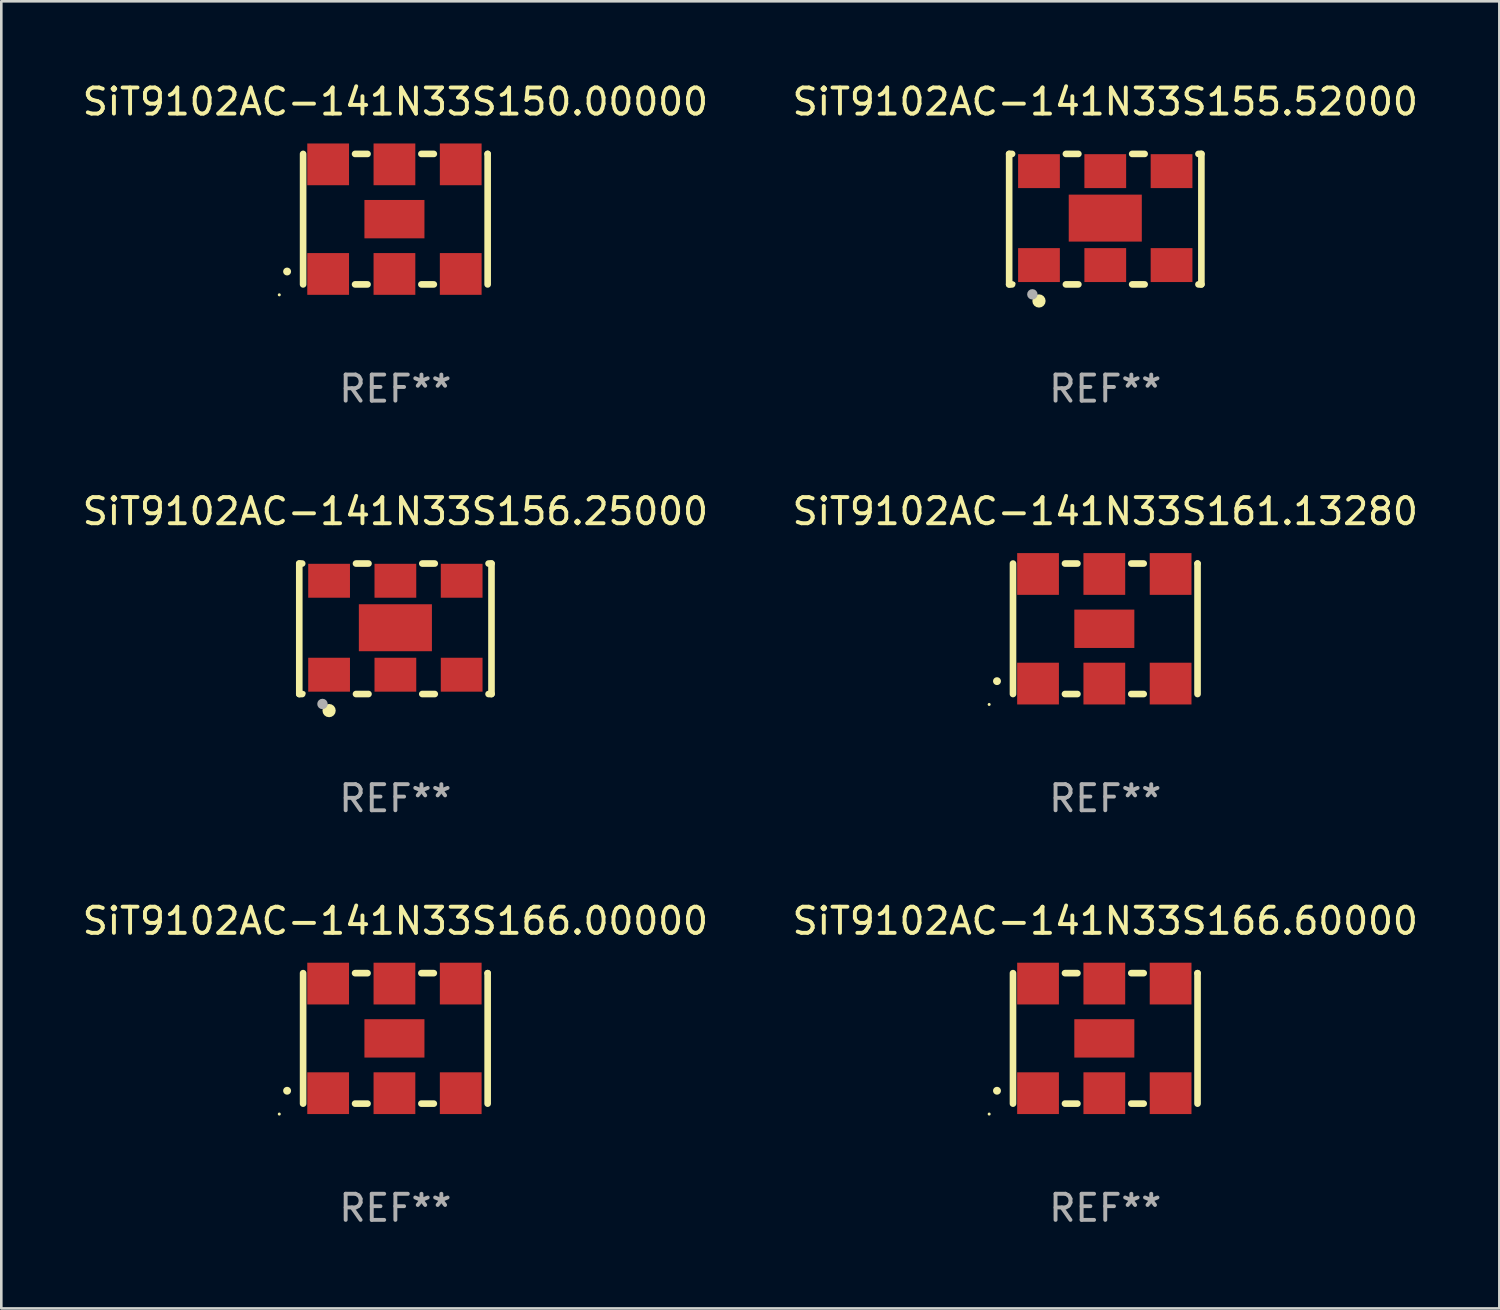
<source format=kicad_pcb>
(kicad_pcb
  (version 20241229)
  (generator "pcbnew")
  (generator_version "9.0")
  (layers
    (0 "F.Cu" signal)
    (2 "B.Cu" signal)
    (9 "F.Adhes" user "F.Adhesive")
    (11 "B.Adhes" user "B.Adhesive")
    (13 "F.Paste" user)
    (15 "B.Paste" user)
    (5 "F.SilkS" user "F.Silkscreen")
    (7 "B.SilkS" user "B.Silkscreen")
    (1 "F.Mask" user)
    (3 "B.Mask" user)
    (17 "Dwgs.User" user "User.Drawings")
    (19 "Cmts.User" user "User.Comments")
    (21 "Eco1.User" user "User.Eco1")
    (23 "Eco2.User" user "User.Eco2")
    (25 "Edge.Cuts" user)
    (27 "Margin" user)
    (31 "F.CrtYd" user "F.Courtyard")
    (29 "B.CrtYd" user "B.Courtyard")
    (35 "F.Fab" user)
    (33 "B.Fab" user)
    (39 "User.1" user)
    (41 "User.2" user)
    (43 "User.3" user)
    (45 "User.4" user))
  (footprint "SiT9102AC-141N33S156.25000"
    (layer "F.Cu")
    (at 12.101 21.045)
    (property "Reference" "SiT9102AC-141N33S156.25000" (at 0 -4.5 0) (layer "F.SilkS") (effects (font (size 1 1) (thickness 0.15))))
    (attr through_hole)
    (fp_line (start -3.683 -2.5) (end -3.571 -2.5) (stroke (width 0.254) (type solid)) (layer "F.SilkS"))
    (fp_line (start -3.683 2.5) (end -3.683 -2.5) (stroke (width 0.254) (type solid)) (layer "F.SilkS"))
    (fp_line (start -3.683 2.5) (end -3.571 2.5) (stroke (width 0.254) (type solid)) (layer "F.SilkS"))
    (fp_line (start -1.509 -2.5) (end -1.031 -2.5) (stroke (width 0.254) (type solid)) (layer "F.SilkS"))
    (fp_line (start -1.509 2.5) (end -1.031 2.5) (stroke (width 0.254) (type solid)) (layer "F.SilkS"))
    (fp_line (start 1.031 -2.5) (end 1.509 -2.5) (stroke (width 0.254) (type solid)) (layer "F.SilkS"))
    (fp_line (start 1.031 2.5) (end 1.509 2.5) (stroke (width 0.254) (type solid)) (layer "F.SilkS"))
    (fp_line (start 3.571 -2.5) (end 3.683 -2.5) (stroke (width 0.254) (type solid)) (layer "F.SilkS"))
    (fp_line (start 3.571 2.5) (end 3.683 2.5) (stroke (width 0.254) (type solid)) (layer "F.SilkS"))
    (fp_line (start 3.683 2.5) (end 3.683 -2.5) (stroke (width 0.254) (type solid)) (layer "F.SilkS"))
    (fp_circle (center -3.5 2.46) (end -3.47 2.46) (stroke (width 0.06) (type solid)) (fill no) (layer "F.SilkS"))
    (fp_circle (center -2.54 3.135) (end -2.413 3.135) (stroke (width 0.254) (type solid)) (fill no) (layer "F.SilkS"))
    (fp_circle (center -2.794 2.881) (end -2.694 2.881) (stroke (width 0.2) (type solid)) (fill no) (layer "F.Fab"))
    (fp_text user "REF**" (at 0 6.5 0) (layer "F.Fab") (effects (font (size 1 1) (thickness 0.15))))
    (pad "1" smd rect (at -2.54 1.76) (size 1.6 1.3) (layers "F.Cu" "F.Mask" "F.Paste"))
    (pad "2" smd rect (at 0 1.76) (size 1.6 1.3) (layers "F.Cu" "F.Mask" "F.Paste"))
    (pad "3" smd rect (at 2.54 1.76) (size 1.6 1.3) (layers "F.Cu" "F.Mask" "F.Paste"))
    (pad "4" smd rect (at 2.54 -1.84) (size 1.6 1.3) (layers "F.Cu" "F.Mask" "F.Paste"))
    (pad "5" smd rect (at 0 -1.84) (size 1.6 1.3) (layers "F.Cu" "F.Mask" "F.Paste"))
    (pad "6" smd rect (at -2.54 -1.84) (size 1.6 1.3) (layers "F.Cu" "F.Mask" "F.Paste"))
    (pad "7" smd rect (at 0 -0.04) (size 2.8 1.8) (layers "F.Cu" "F.Mask" "F.Paste")))
  (footprint "SiT9102AC-141N33S166.60000"
    (layer "F.Cu")
    (at 39.304 36.741)
    (property "Reference" "SiT9102AC-141N33S166.60000" (at 0 -4.5 0) (layer "F.SilkS") (effects (font (size 1 1) (thickness 0.15))))
    (attr through_hole)
    (fp_line (start -3.536 -2.5) (end -3.536 2.5) (stroke (width 0.254) (type solid)) (layer "F.SilkS"))
    (fp_line (start -1.544 2.5) (end -1.067 2.5) (stroke (width 0.254) (type solid)) (layer "F.SilkS"))
    (fp_line (start -1.067 -2.5) (end -1.544 -2.5) (stroke (width 0.254) (type solid)) (layer "F.SilkS"))
    (fp_line (start 0.996 2.5) (end 1.473 2.5) (stroke (width 0.254) (type solid)) (layer "F.SilkS"))
    (fp_line (start 1.473 -2.5) (end 0.996 -2.5) (stroke (width 0.254) (type solid)) (layer "F.SilkS"))
    (fp_line (start 3.536 -2.5) (end 3.536 -2.5) (stroke (width 0.254) (type solid)) (layer "F.SilkS"))
    (fp_line (start 3.536 2.5) (end 3.536 -2.5) (stroke (width 0.254) (type solid)) (layer "F.SilkS"))
    (fp_arc (start -4.150432 2.006604) (mid -4.149162 2.006599) (end -4.147892 2.006604) (stroke (width 0.3) (type solid)) (layer "F.SilkS"))
    (fp_circle (center -4.449 2.9) (end -4.419 2.9) (stroke (width 0.06) (type solid)) (fill no) (layer "F.SilkS"))
    (fp_text user "REF**" (at 0 6.5 0) (layer "F.Fab") (effects (font (size 1 1) (thickness 0.15))))
    (pad "1" smd rect (at -2.576 2.1) (size 1.6 1.6) (layers "F.Cu" "F.Mask" "F.Paste"))
    (pad "2" smd rect (at -0.036 2.1) (size 1.6 1.6) (layers "F.Cu" "F.Mask" "F.Paste"))
    (pad "3" smd rect (at 2.504 2.1) (size 1.6 1.6) (layers "F.Cu" "F.Mask" "F.Paste"))
    (pad "4" smd rect (at 2.504 -2.1) (size 1.6 1.6) (layers "F.Cu" "F.Mask" "F.Paste"))
    (pad "5" smd rect (at -0.036 -2.1) (size 1.6 1.6) (layers "F.Cu" "F.Mask" "F.Paste"))
    (pad "6" smd rect (at -2.576 -2.1) (size 1.6 1.6) (layers "F.Cu" "F.Mask" "F.Paste"))
    (pad "7" smd rect (at -0.036 0) (size 2.3 1.47) (layers "F.Cu" "F.Mask" "F.Paste")))
  (footprint "SiT9102AC-141N33S166.00000"
    (layer "F.Cu")
    (at 12.101 36.741)
    (property "Reference" "SiT9102AC-141N33S166.00000" (at 0 -4.5 0) (layer "F.SilkS") (effects (font (size 1 1) (thickness 0.15))))
    (attr through_hole)
    (fp_line (start -3.536 -2.5) (end -3.536 2.5) (stroke (width 0.254) (type solid)) (layer "F.SilkS"))
    (fp_line (start -1.544 2.5) (end -1.067 2.5) (stroke (width 0.254) (type solid)) (layer "F.SilkS"))
    (fp_line (start -1.067 -2.5) (end -1.544 -2.5) (stroke (width 0.254) (type solid)) (layer "F.SilkS"))
    (fp_line (start 0.996 2.5) (end 1.473 2.5) (stroke (width 0.254) (type solid)) (layer "F.SilkS"))
    (fp_line (start 1.473 -2.5) (end 0.996 -2.5) (stroke (width 0.254) (type solid)) (layer "F.SilkS"))
    (fp_line (start 3.536 -2.5) (end 3.536 -2.5) (stroke (width 0.254) (type solid)) (layer "F.SilkS"))
    (fp_line (start 3.536 2.5) (end 3.536 -2.5) (stroke (width 0.254) (type solid)) (layer "F.SilkS"))
    (fp_arc (start -4.150432 2.006604) (mid -4.149162 2.006599) (end -4.147892 2.006604) (stroke (width 0.3) (type solid)) (layer "F.SilkS"))
    (fp_circle (center -4.449 2.9) (end -4.419 2.9) (stroke (width 0.06) (type solid)) (fill no) (layer "F.SilkS"))
    (fp_text user "REF**" (at 0 6.5 0) (layer "F.Fab") (effects (font (size 1 1) (thickness 0.15))))
    (pad "1" smd rect (at -2.576 2.1) (size 1.6 1.6) (layers "F.Cu" "F.Mask" "F.Paste"))
    (pad "2" smd rect (at -0.036 2.1) (size 1.6 1.6) (layers "F.Cu" "F.Mask" "F.Paste"))
    (pad "3" smd rect (at 2.504 2.1) (size 1.6 1.6) (layers "F.Cu" "F.Mask" "F.Paste"))
    (pad "4" smd rect (at 2.504 -2.1) (size 1.6 1.6) (layers "F.Cu" "F.Mask" "F.Paste"))
    (pad "5" smd rect (at -0.036 -2.1) (size 1.6 1.6) (layers "F.Cu" "F.Mask" "F.Paste"))
    (pad "6" smd rect (at -2.576 -2.1) (size 1.6 1.6) (layers "F.Cu" "F.Mask" "F.Paste"))
    (pad "7" smd rect (at -0.036 0) (size 2.3 1.47) (layers "F.Cu" "F.Mask" "F.Paste")))
  (footprint "SiT9102AC-141N33S161.13280"
    (layer "F.Cu")
    (at 39.304 21.045)
    (property "Reference" "SiT9102AC-141N33S161.13280" (at 0 -4.5 0) (layer "F.SilkS") (effects (font (size 1 1) (thickness 0.15))))
    (attr through_hole)
    (fp_line (start -3.536 -2.5) (end -3.536 2.5) (stroke (width 0.254) (type solid)) (layer "F.SilkS"))
    (fp_line (start -1.544 2.5) (end -1.067 2.5) (stroke (width 0.254) (type solid)) (layer "F.SilkS"))
    (fp_line (start -1.067 -2.5) (end -1.544 -2.5) (stroke (width 0.254) (type solid)) (layer "F.SilkS"))
    (fp_line (start 0.996 2.5) (end 1.473 2.5) (stroke (width 0.254) (type solid)) (layer "F.SilkS"))
    (fp_line (start 1.473 -2.5) (end 0.996 -2.5) (stroke (width 0.254) (type solid)) (layer "F.SilkS"))
    (fp_line (start 3.536 -2.5) (end 3.536 -2.5) (stroke (width 0.254) (type solid)) (layer "F.SilkS"))
    (fp_line (start 3.536 2.5) (end 3.536 -2.5) (stroke (width 0.254) (type solid)) (layer "F.SilkS"))
    (fp_arc (start -4.150432 2.006604) (mid -4.149162 2.006599) (end -4.147892 2.006604) (stroke (width 0.3) (type solid)) (layer "F.SilkS"))
    (fp_circle (center -4.449 2.9) (end -4.419 2.9) (stroke (width 0.06) (type solid)) (fill no) (layer "F.SilkS"))
    (fp_text user "REF**" (at 0 6.5 0) (layer "F.Fab") (effects (font (size 1 1) (thickness 0.15))))
    (pad "1" smd rect (at -2.576 2.1) (size 1.6 1.6) (layers "F.Cu" "F.Mask" "F.Paste"))
    (pad "2" smd rect (at -0.036 2.1) (size 1.6 1.6) (layers "F.Cu" "F.Mask" "F.Paste"))
    (pad "3" smd rect (at 2.504 2.1) (size 1.6 1.6) (layers "F.Cu" "F.Mask" "F.Paste"))
    (pad "4" smd rect (at 2.504 -2.1) (size 1.6 1.6) (layers "F.Cu" "F.Mask" "F.Paste"))
    (pad "5" smd rect (at -0.036 -2.1) (size 1.6 1.6) (layers "F.Cu" "F.Mask" "F.Paste"))
    (pad "6" smd rect (at -2.576 -2.1) (size 1.6 1.6) (layers "F.Cu" "F.Mask" "F.Paste"))
    (pad "7" smd rect (at -0.036 0) (size 2.3 1.47) (layers "F.Cu" "F.Mask" "F.Paste")))
  (footprint "SiT9102AC-141N33S155.52000"
    (layer "F.Cu")
    (at 39.304 5.348)
    (property "Reference" "SiT9102AC-141N33S155.52000" (at 0 -4.5 0) (layer "F.SilkS") (effects (font (size 1 1) (thickness 0.15))))
    (attr through_hole)
    (fp_line (start -3.683 -2.5) (end -3.571 -2.5) (stroke (width 0.254) (type solid)) (layer "F.SilkS"))
    (fp_line (start -3.683 2.5) (end -3.683 -2.5) (stroke (width 0.254) (type solid)) (layer "F.SilkS"))
    (fp_line (start -3.683 2.5) (end -3.571 2.5) (stroke (width 0.254) (type solid)) (layer "F.SilkS"))
    (fp_line (start -1.509 -2.5) (end -1.031 -2.5) (stroke (width 0.254) (type solid)) (layer "F.SilkS"))
    (fp_line (start -1.509 2.5) (end -1.031 2.5) (stroke (width 0.254) (type solid)) (layer "F.SilkS"))
    (fp_line (start 1.031 -2.5) (end 1.509 -2.5) (stroke (width 0.254) (type solid)) (layer "F.SilkS"))
    (fp_line (start 1.031 2.5) (end 1.509 2.5) (stroke (width 0.254) (type solid)) (layer "F.SilkS"))
    (fp_line (start 3.571 -2.5) (end 3.683 -2.5) (stroke (width 0.254) (type solid)) (layer "F.SilkS"))
    (fp_line (start 3.571 2.5) (end 3.683 2.5) (stroke (width 0.254) (type solid)) (layer "F.SilkS"))
    (fp_line (start 3.683 2.5) (end 3.683 -2.5) (stroke (width 0.254) (type solid)) (layer "F.SilkS"))
    (fp_circle (center -3.5 2.46) (end -3.47 2.46) (stroke (width 0.06) (type solid)) (fill no) (layer "F.SilkS"))
    (fp_circle (center -2.54 3.135) (end -2.413 3.135) (stroke (width 0.254) (type solid)) (fill no) (layer "F.SilkS"))
    (fp_circle (center -2.794 2.881) (end -2.694 2.881) (stroke (width 0.2) (type solid)) (fill no) (layer "F.Fab"))
    (fp_text user "REF**" (at 0 6.5 0) (layer "F.Fab") (effects (font (size 1 1) (thickness 0.15))))
    (pad "1" smd rect (at -2.54 1.76) (size 1.6 1.3) (layers "F.Cu" "F.Mask" "F.Paste"))
    (pad "2" smd rect (at 0 1.76) (size 1.6 1.3) (layers "F.Cu" "F.Mask" "F.Paste"))
    (pad "3" smd rect (at 2.54 1.76) (size 1.6 1.3) (layers "F.Cu" "F.Mask" "F.Paste"))
    (pad "4" smd rect (at 2.54 -1.84) (size 1.6 1.3) (layers "F.Cu" "F.Mask" "F.Paste"))
    (pad "5" smd rect (at 0 -1.84) (size 1.6 1.3) (layers "F.Cu" "F.Mask" "F.Paste"))
    (pad "6" smd rect (at -2.54 -1.84) (size 1.6 1.3) (layers "F.Cu" "F.Mask" "F.Paste"))
    (pad "7" smd rect (at 0 -0.04) (size 2.8 1.8) (layers "F.Cu" "F.Mask" "F.Paste")))
  (footprint "SiT9102AC-141N33S150.00000"
    (layer "F.Cu")
    (at 12.101 5.348)
    (property "Reference" "SiT9102AC-141N33S150.00000" (at 0 -4.5 0) (layer "F.SilkS") (effects (font (size 1 1) (thickness 0.15))))
    (attr through_hole)
    (fp_line (start -3.536 -2.5) (end -3.536 2.5) (stroke (width 0.254) (type solid)) (layer "F.SilkS"))
    (fp_line (start -1.544 2.5) (end -1.067 2.5) (stroke (width 0.254) (type solid)) (layer "F.SilkS"))
    (fp_line (start -1.067 -2.5) (end -1.544 -2.5) (stroke (width 0.254) (type solid)) (layer "F.SilkS"))
    (fp_line (start 0.996 2.5) (end 1.473 2.5) (stroke (width 0.254) (type solid)) (layer "F.SilkS"))
    (fp_line (start 1.473 -2.5) (end 0.996 -2.5) (stroke (width 0.254) (type solid)) (layer "F.SilkS"))
    (fp_line (start 3.536 -2.5) (end 3.536 -2.5) (stroke (width 0.254) (type solid)) (layer "F.SilkS"))
    (fp_line (start 3.536 2.5) (end 3.536 -2.5) (stroke (width 0.254) (type solid)) (layer "F.SilkS"))
    (fp_arc (start -4.150432 2.006604) (mid -4.149162 2.006599) (end -4.147892 2.006604) (stroke (width 0.3) (type solid)) (layer "F.SilkS"))
    (fp_circle (center -4.449 2.9) (end -4.419 2.9) (stroke (width 0.06) (type solid)) (fill no) (layer "F.SilkS"))
    (fp_text user "REF**" (at 0 6.5 0) (layer "F.Fab") (effects (font (size 1 1) (thickness 0.15))))
    (pad "1" smd rect (at -2.576 2.1) (size 1.6 1.6) (layers "F.Cu" "F.Mask" "F.Paste"))
    (pad "2" smd rect (at -0.036 2.1) (size 1.6 1.6) (layers "F.Cu" "F.Mask" "F.Paste"))
    (pad "3" smd rect (at 2.504 2.1) (size 1.6 1.6) (layers "F.Cu" "F.Mask" "F.Paste"))
    (pad "4" smd rect (at 2.504 -2.1) (size 1.6 1.6) (layers "F.Cu" "F.Mask" "F.Paste"))
    (pad "5" smd rect (at -0.036 -2.1) (size 1.6 1.6) (layers "F.Cu" "F.Mask" "F.Paste"))
    (pad "6" smd rect (at -2.576 -2.1) (size 1.6 1.6) (layers "F.Cu" "F.Mask" "F.Paste"))
    (pad "7" smd rect (at -0.036 0) (size 2.3 1.47) (layers "F.Cu" "F.Mask" "F.Paste")))
  (gr_rect
    (start -3 -3)
    (end 54.405 47.09)
    (stroke (width 0.1) (type default))
    (fill no)
    (layer "Edge.Cuts")))
</source>
